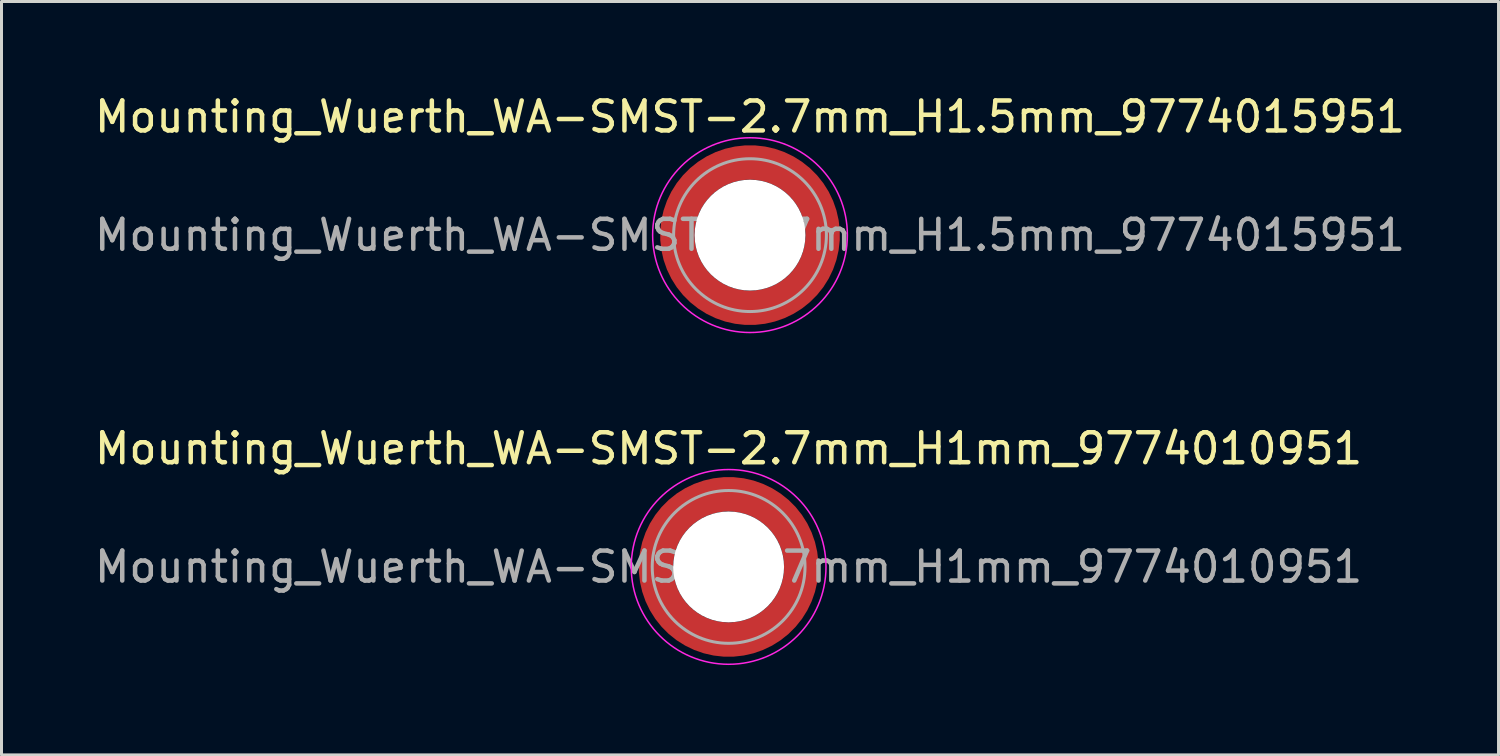
<source format=kicad_pcb>
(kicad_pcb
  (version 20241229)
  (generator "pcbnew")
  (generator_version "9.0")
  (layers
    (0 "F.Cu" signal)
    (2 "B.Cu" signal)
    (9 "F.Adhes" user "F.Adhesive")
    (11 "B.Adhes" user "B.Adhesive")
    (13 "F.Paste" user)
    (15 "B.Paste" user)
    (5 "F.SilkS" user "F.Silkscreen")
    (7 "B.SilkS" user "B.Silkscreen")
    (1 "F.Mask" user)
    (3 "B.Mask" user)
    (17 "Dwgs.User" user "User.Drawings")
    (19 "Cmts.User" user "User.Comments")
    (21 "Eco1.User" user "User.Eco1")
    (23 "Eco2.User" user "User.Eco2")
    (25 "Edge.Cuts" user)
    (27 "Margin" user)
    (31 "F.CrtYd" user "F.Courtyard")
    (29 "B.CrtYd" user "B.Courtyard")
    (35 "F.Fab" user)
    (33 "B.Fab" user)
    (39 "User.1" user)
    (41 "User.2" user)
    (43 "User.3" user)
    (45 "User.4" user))
  (footprint "Mounting_Wuerth_WA-SMST-2.7mm_H1.5mm_9774015951"
    (layer "F.Cu")
    (at 21.982 4.798)
    (property "Reference" "Mounting_Wuerth_WA-SMST-2.7mm_H1.5mm_9774015951" (at 0 -3.95 0) (layer "F.SilkS") (effects (font (size 1 1) (thickness 0.15))))
    (attr smd)
    (fp_circle (center 0 0) (end 3.25 0) (stroke (width 0.05) (type solid)) (fill no) (layer "F.CrtYd"))
    (fp_circle (center 0 0) (end 2.55 0) (stroke (width 0.1) (type solid)) (fill no) (layer "F.Fab"))
    (fp_text user "${REFERENCE}" (at 0 0 0) (layer "F.Fab") (effects (font (size 1 1) (thickness 0.15))))
    (pad "" smd custom (at -1.704 -1.704) (size 0.62 0.62) (layers "F.Paste") (options (anchor circle)) (primitives (gr_arc (start -0.250195 1.279127) (mid 0.289914 0.289914) (end 1.279127 -0.250195) (width 0.2)) (gr_arc (start -0.34334 1.279127) (mid 0.225488 0.225488) (end 1.279127 -0.34334) (width 0.2)) (gr_arc (start -0.436309 1.279127) (mid 0.161063 0.161063) (end 1.279127 -0.436309) (width 0.2)) (gr_arc (start -0.529126 1.279127) (mid 0.096638 0.096638) (end 1.279127 -0.529126) (width 0.2)) (gr_arc (start -0.621807 1.279127) (mid 0.032213 0.032213) (end 1.279127 -0.621807) (width 0.2)) (gr_arc (start -0.71437 1.279127) (mid -0.032213 -0.032213) (end 1.279127 -0.71437) (width 0.2)) (gr_arc (start -0.806826 1.279127) (mid -0.096638 -0.096638) (end 1.279127 -0.806826) (width 0.2)) (gr_arc (start -0.899187 1.279127) (mid -0.161063 -0.161063) (end 1.279127 -0.899187) (width 0.2)) (gr_arc (start -0.991463 1.279127) (mid -0.225488 -0.225488) (end 1.279127 -0.991463) (width 0.2)) (gr_arc (start -1.083663 1.279127) (mid -0.289914 -0.289914) (end 1.279127 -1.083663) (width 0.2)) (gr_line (start 1.279 -0.25) (end 1.279 -1.084) (width 0.2)) (gr_line (start -0.25 1.279) (end -1.084 1.279) (width 0.2))))
    (pad "" smd custom (at -1.704 1.704) (size 0.62 0.62) (layers "F.Paste") (options (anchor circle)) (primitives (gr_arc (start 1.279127 0.250195) (mid 0.289914 -0.289914) (end -0.250195 -1.279127) (width 0.2)) (gr_arc (start 1.279127 0.34334) (mid 0.225488 -0.225488) (end -0.34334 -1.279127) (width 0.2)) (gr_arc (start 1.279127 0.436309) (mid 0.161063 -0.161063) (end -0.436309 -1.279127) (width 0.2)) (gr_arc (start 1.279127 0.529126) (mid 0.096638 -0.096638) (end -0.529126 -1.279127) (width 0.2)) (gr_arc (start 1.279127 0.621807) (mid 0.032213 -0.032213) (end -0.621807 -1.279127) (width 0.2)) (gr_arc (start 1.279127 0.71437) (mid -0.032213 0.032213) (end -0.71437 -1.279127) (width 0.2)) (gr_arc (start 1.279127 0.806826) (mid -0.096638 0.096638) (end -0.806826 -1.279127) (width 0.2)) (gr_arc (start 1.279127 0.899187) (mid -0.161063 0.161063) (end -0.899187 -1.279127) (width 0.2)) (gr_arc (start 1.279127 0.991463) (mid -0.225488 0.225488) (end -0.991463 -1.279127) (width 0.2)) (gr_arc (start 1.279127 1.083663) (mid -0.289914 0.289914) (end -1.083663 -1.279127) (width 0.2)) (gr_line (start -0.25 -1.279) (end -1.084 -1.279) (width 0.2)) (gr_line (start 1.279 0.25) (end 1.279 1.084) (width 0.2))))
    (pad "" np_thru_hole circle (at 0 0) (size 3.7 3.7) (drill 3.7) (layers "*.Cu" "*.Mask"))
    (pad "" smd custom (at 1.704 -1.704) (size 0.62 0.62) (layers "F.Paste") (options (anchor circle)) (primitives (gr_arc (start -1.279127 -0.250195) (mid -0.289914 0.289914) (end 0.250195 1.279127) (width 0.2)) (gr_arc (start -1.279127 -0.34334) (mid -0.225488 0.225488) (end 0.34334 1.279127) (width 0.2)) (gr_arc (start -1.279127 -0.436309) (mid -0.161063 0.161063) (end 0.436309 1.279127) (width 0.2)) (gr_arc (start -1.279127 -0.529126) (mid -0.096638 0.096638) (end 0.529126 1.279127) (width 0.2)) (gr_arc (start -1.279127 -0.621807) (mid -0.032213 0.032213) (end 0.621807 1.279127) (width 0.2)) (gr_arc (start -1.279127 -0.71437) (mid 0.032213 -0.032213) (end 0.71437 1.279127) (width 0.2)) (gr_arc (start -1.279127 -0.806826) (mid 0.096638 -0.096638) (end 0.806826 1.279127) (width 0.2)) (gr_arc (start -1.279127 -0.899187) (mid 0.161063 -0.161063) (end 0.899187 1.279127) (width 0.2)) (gr_arc (start -1.279127 -0.991463) (mid 0.225488 -0.225488) (end 0.991463 1.279127) (width 0.2)) (gr_arc (start -1.279127 -1.083663) (mid 0.289914 -0.289914) (end 1.083663 1.279127) (width 0.2)) (gr_line (start 0.25 1.279) (end 1.084 1.279) (width 0.2)) (gr_line (start -1.279 -0.25) (end -1.279 -1.084) (width 0.2))))
    (pad "" smd custom (at 1.704 1.704) (size 0.62 0.62) (layers "F.Paste") (options (anchor circle)) (primitives (gr_arc (start 0.250195 -1.279127) (mid -0.289914 -0.289914) (end -1.279127 0.250195) (width 0.2)) (gr_arc (start 0.34334 -1.279127) (mid -0.225488 -0.225488) (end -1.279127 0.34334) (width 0.2)) (gr_arc (start 0.436309 -1.279127) (mid -0.161063 -0.161063) (end -1.279127 0.436309) (width 0.2)) (gr_arc (start 0.529126 -1.279127) (mid -0.096638 -0.096638) (end -1.279127 0.529126) (width 0.2)) (gr_arc (start 0.621807 -1.279127) (mid -0.032213 -0.032213) (end -1.279127 0.621807) (width 0.2)) (gr_arc (start 0.71437 -1.279127) (mid 0.032213 0.032213) (end -1.279127 0.71437) (width 0.2)) (gr_arc (start 0.806826 -1.279127) (mid 0.096638 0.096638) (end -1.279127 0.806826) (width 0.2)) (gr_arc (start 0.899187 -1.279127) (mid 0.161063 0.161063) (end -1.279127 0.899187) (width 0.2)) (gr_arc (start 0.991463 -1.279127) (mid 0.225488 0.225488) (end -1.279127 0.991463) (width 0.2)) (gr_arc (start 1.083663 -1.279127) (mid 0.289914 0.289914) (end -1.279127 1.083663) (width 0.2)) (gr_line (start -1.279 0.25) (end -1.279 1.084) (width 0.2)) (gr_line (start 0.25 -1.279) (end 1.084 -1.279) (width 0.2))))
    (pad "1" smd circle (at -2.425 0) (size 0.75 0.75) (layers "F.Cu"))
    (pad "1" smd circle (at 0 -2.425) (size 0.75 0.75) (layers "F.Cu"))
    (pad "1" smd circle (at 0 2.425) (size 0.75 0.75) (layers "F.Cu"))
    (pad "1" smd custom (at 2.425 0) (size 0.75 0.75) (layers "F.Cu" "F.Mask") (options (anchor circle)) (primitives (gr_circle (center -2.425 0) (end 0 0) (width 1.15) (fill no)))))
  (footprint "Mounting_Wuerth_WA-SMST-2.7mm_H1mm_9774010951"
    (layer "F.Cu")
    (at 21.268 15.871)
    (property "Reference" "Mounting_Wuerth_WA-SMST-2.7mm_H1mm_9774010951" (at 0 -3.95 0) (layer "F.SilkS") (effects (font (size 1 1) (thickness 0.15))))
    (attr smd)
    (fp_circle (center 0 0) (end 3.25 0) (stroke (width 0.05) (type solid)) (fill no) (layer "F.CrtYd"))
    (fp_circle (center 0 0) (end 2.55 0) (stroke (width 0.1) (type solid)) (fill no) (layer "F.Fab"))
    (fp_text user "${REFERENCE}" (at 0 0 0) (layer "F.Fab") (effects (font (size 1 1) (thickness 0.15))))
    (pad "" smd custom (at -1.704 -1.704) (size 0.62 0.62) (layers "F.Paste") (options (anchor circle)) (primitives (gr_arc (start -0.250195 1.279127) (mid 0.289914 0.289914) (end 1.279127 -0.250195) (width 0.2)) (gr_arc (start -0.34334 1.279127) (mid 0.225488 0.225488) (end 1.279127 -0.34334) (width 0.2)) (gr_arc (start -0.436309 1.279127) (mid 0.161063 0.161063) (end 1.279127 -0.436309) (width 0.2)) (gr_arc (start -0.529126 1.279127) (mid 0.096638 0.096638) (end 1.279127 -0.529126) (width 0.2)) (gr_arc (start -0.621807 1.279127) (mid 0.032213 0.032213) (end 1.279127 -0.621807) (width 0.2)) (gr_arc (start -0.71437 1.279127) (mid -0.032213 -0.032213) (end 1.279127 -0.71437) (width 0.2)) (gr_arc (start -0.806826 1.279127) (mid -0.096638 -0.096638) (end 1.279127 -0.806826) (width 0.2)) (gr_arc (start -0.899187 1.279127) (mid -0.161063 -0.161063) (end 1.279127 -0.899187) (width 0.2)) (gr_arc (start -0.991463 1.279127) (mid -0.225488 -0.225488) (end 1.279127 -0.991463) (width 0.2)) (gr_arc (start -1.083663 1.279127) (mid -0.289914 -0.289914) (end 1.279127 -1.083663) (width 0.2)) (gr_line (start 1.279 -0.25) (end 1.279 -1.084) (width 0.2)) (gr_line (start -0.25 1.279) (end -1.084 1.279) (width 0.2))))
    (pad "" smd custom (at -1.704 1.704) (size 0.62 0.62) (layers "F.Paste") (options (anchor circle)) (primitives (gr_arc (start 1.279127 0.250195) (mid 0.289914 -0.289914) (end -0.250195 -1.279127) (width 0.2)) (gr_arc (start 1.279127 0.34334) (mid 0.225488 -0.225488) (end -0.34334 -1.279127) (width 0.2)) (gr_arc (start 1.279127 0.436309) (mid 0.161063 -0.161063) (end -0.436309 -1.279127) (width 0.2)) (gr_arc (start 1.279127 0.529126) (mid 0.096638 -0.096638) (end -0.529126 -1.279127) (width 0.2)) (gr_arc (start 1.279127 0.621807) (mid 0.032213 -0.032213) (end -0.621807 -1.279127) (width 0.2)) (gr_arc (start 1.279127 0.71437) (mid -0.032213 0.032213) (end -0.71437 -1.279127) (width 0.2)) (gr_arc (start 1.279127 0.806826) (mid -0.096638 0.096638) (end -0.806826 -1.279127) (width 0.2)) (gr_arc (start 1.279127 0.899187) (mid -0.161063 0.161063) (end -0.899187 -1.279127) (width 0.2)) (gr_arc (start 1.279127 0.991463) (mid -0.225488 0.225488) (end -0.991463 -1.279127) (width 0.2)) (gr_arc (start 1.279127 1.083663) (mid -0.289914 0.289914) (end -1.083663 -1.279127) (width 0.2)) (gr_line (start -0.25 -1.279) (end -1.084 -1.279) (width 0.2)) (gr_line (start 1.279 0.25) (end 1.279 1.084) (width 0.2))))
    (pad "" np_thru_hole circle (at 0 0) (size 3.7 3.7) (drill 3.7) (layers "*.Cu" "*.Mask"))
    (pad "" smd custom (at 1.704 -1.704) (size 0.62 0.62) (layers "F.Paste") (options (anchor circle)) (primitives (gr_arc (start -1.279127 -0.250195) (mid -0.289914 0.289914) (end 0.250195 1.279127) (width 0.2)) (gr_arc (start -1.279127 -0.34334) (mid -0.225488 0.225488) (end 0.34334 1.279127) (width 0.2)) (gr_arc (start -1.279127 -0.436309) (mid -0.161063 0.161063) (end 0.436309 1.279127) (width 0.2)) (gr_arc (start -1.279127 -0.529126) (mid -0.096638 0.096638) (end 0.529126 1.279127) (width 0.2)) (gr_arc (start -1.279127 -0.621807) (mid -0.032213 0.032213) (end 0.621807 1.279127) (width 0.2)) (gr_arc (start -1.279127 -0.71437) (mid 0.032213 -0.032213) (end 0.71437 1.279127) (width 0.2)) (gr_arc (start -1.279127 -0.806826) (mid 0.096638 -0.096638) (end 0.806826 1.279127) (width 0.2)) (gr_arc (start -1.279127 -0.899187) (mid 0.161063 -0.161063) (end 0.899187 1.279127) (width 0.2)) (gr_arc (start -1.279127 -0.991463) (mid 0.225488 -0.225488) (end 0.991463 1.279127) (width 0.2)) (gr_arc (start -1.279127 -1.083663) (mid 0.289914 -0.289914) (end 1.083663 1.279127) (width 0.2)) (gr_line (start 0.25 1.279) (end 1.084 1.279) (width 0.2)) (gr_line (start -1.279 -0.25) (end -1.279 -1.084) (width 0.2))))
    (pad "" smd custom (at 1.704 1.704) (size 0.62 0.62) (layers "F.Paste") (options (anchor circle)) (primitives (gr_arc (start 0.250195 -1.279127) (mid -0.289914 -0.289914) (end -1.279127 0.250195) (width 0.2)) (gr_arc (start 0.34334 -1.279127) (mid -0.225488 -0.225488) (end -1.279127 0.34334) (width 0.2)) (gr_arc (start 0.436309 -1.279127) (mid -0.161063 -0.161063) (end -1.279127 0.436309) (width 0.2)) (gr_arc (start 0.529126 -1.279127) (mid -0.096638 -0.096638) (end -1.279127 0.529126) (width 0.2)) (gr_arc (start 0.621807 -1.279127) (mid -0.032213 -0.032213) (end -1.279127 0.621807) (width 0.2)) (gr_arc (start 0.71437 -1.279127) (mid 0.032213 0.032213) (end -1.279127 0.71437) (width 0.2)) (gr_arc (start 0.806826 -1.279127) (mid 0.096638 0.096638) (end -1.279127 0.806826) (width 0.2)) (gr_arc (start 0.899187 -1.279127) (mid 0.161063 0.161063) (end -1.279127 0.899187) (width 0.2)) (gr_arc (start 0.991463 -1.279127) (mid 0.225488 0.225488) (end -1.279127 0.991463) (width 0.2)) (gr_arc (start 1.083663 -1.279127) (mid 0.289914 0.289914) (end -1.279127 1.083663) (width 0.2)) (gr_line (start -1.279 0.25) (end -1.279 1.084) (width 0.2)) (gr_line (start 0.25 -1.279) (end 1.084 -1.279) (width 0.2))))
    (pad "1" smd circle (at -2.425 0) (size 0.75 0.75) (layers "F.Cu"))
    (pad "1" smd circle (at 0 -2.425) (size 0.75 0.75) (layers "F.Cu"))
    (pad "1" smd circle (at 0 2.425) (size 0.75 0.75) (layers "F.Cu"))
    (pad "1" smd custom (at 2.425 0) (size 0.75 0.75) (layers "F.Cu" "F.Mask") (options (anchor circle)) (primitives (gr_circle (center -2.425 0) (end 0 0) (width 1.15) (fill no)))))
  (gr_rect
    (start -3 -3)
    (end 46.964 22.146)
    (stroke (width 0.1) (type default))
    (fill no)
    (layer "Edge.Cuts")))
</source>
